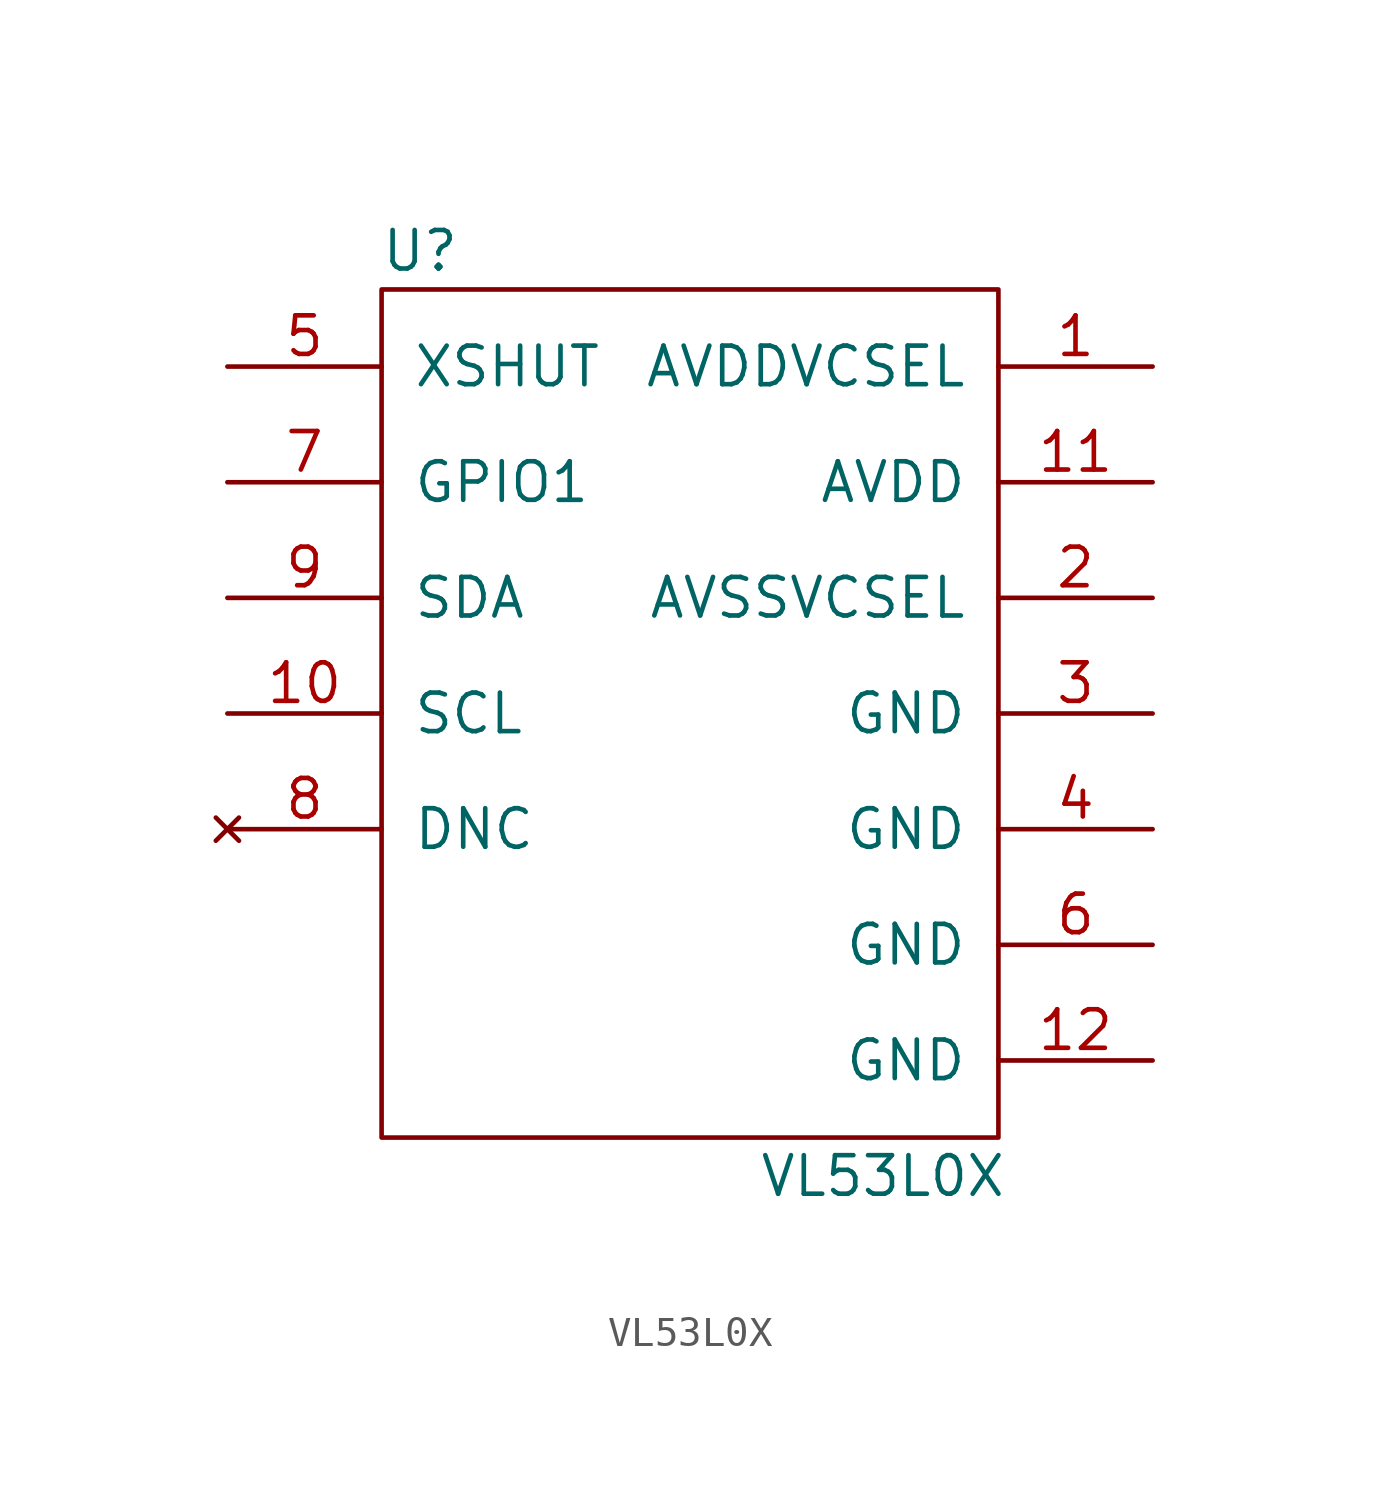
<source format=kicad_sym>
(kicad_symbol_lib
  (version 20211014)
  (generator kicad_symbol_editor)
  (symbol "VL53L0X"
    (pin_names
      (offset 1.016))
    (property "Reference" "U"
      (at -8.89 15.24 0)
      (effects (font (size 1.27 1.27))))
    (property "Value" "VL53L0X"
      (at 6.35 -15.24 0)
      (effects (font (size 1.27 1.27))))
    (symbol "VL53L0X_1_1"
      (rectangle (start -10.16 13.97) (end 10.16 -13.97) (stroke (width 0) (type default) (color 0 0 0 0)) (fill (type none)))
      (pin power_in line (at 15.24 11.43 180) (length 5.08) (name "AVDDVCSEL" (effects (font (size 1.27 1.27)))) (number "1" (effects (font (size 1.27 1.27)))))
      (pin input line (at -15.24 0 0) (length 5.08) (name "SCL" (effects (font (size 1.27 1.27)))) (number "10" (effects (font (size 1.27 1.27)))))
      (pin power_in line (at 15.24 7.62 180) (length 5.08) (name "AVDD" (effects (font (size 1.27 1.27)))) (number "11" (effects (font (size 1.27 1.27)))))
      (pin power_in line (at 15.24 -11.43 180) (length 5.08) (name "GND" (effects (font (size 1.27 1.27)))) (number "12" (effects (font (size 1.27 1.27)))))
      (pin power_in line (at 15.24 3.81 180) (length 5.08) (name "AVSSVCSEL" (effects (font (size 1.27 1.27)))) (number "2" (effects (font (size 1.27 1.27)))))
      (pin power_in line (at 15.24 0 180) (length 5.08) (name "GND" (effects (font (size 1.27 1.27)))) (number "3" (effects (font (size 1.27 1.27)))))
      (pin power_in line (at 15.24 -3.81 180) (length 5.08) (name "GND" (effects (font (size 1.27 1.27)))) (number "4" (effects (font (size 1.27 1.27)))))
      (pin input line (at -15.24 11.43 0) (length 5.08) (name "XSHUT" (effects (font (size 1.27 1.27)))) (number "5" (effects (font (size 1.27 1.27)))))
      (pin power_in line (at 15.24 -7.62 180) (length 5.08) (name "GND" (effects (font (size 1.27 1.27)))) (number "6" (effects (font (size 1.27 1.27)))))
      (pin output line (at -15.24 7.62 0) (length 5.08) (name "GPIO1" (effects (font (size 1.27 1.27)))) (number "7" (effects (font (size 1.27 1.27)))))
      (pin no_connect line (at -15.24 -3.81 0) (length 5.08) (name "DNC" (effects (font (size 1.27 1.27)))) (number "8" (effects (font (size 1.27 1.27)))))
      (pin bidirectional line (at -15.24 3.81 0) (length 5.08) (name "SDA" (effects (font (size 1.27 1.27)))) (number "9" (effects (font (size 1.27 1.27))))))))
</source>
